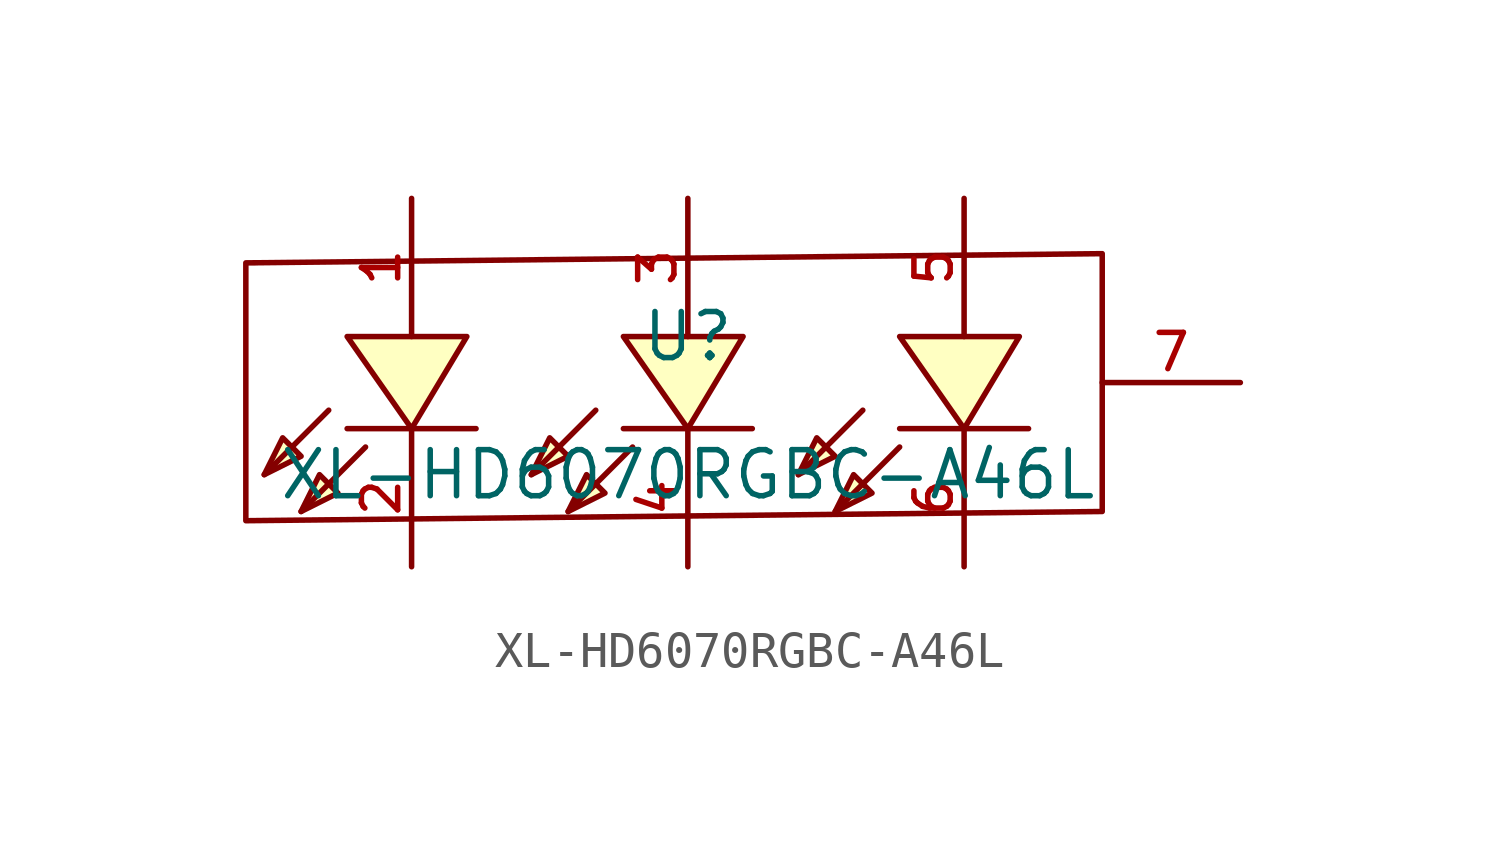
<source format=kicad_sym>
(kicad_symbol_lib
  (version 20210201)
  (generator TousstNicolas/JLC2KiCad_lib)
  (symbol "XL-HD6070RGBC-A46L"
    (pin_names hide)
    (property "Reference" "U"
      (at 0 1.27 0)
      (effects (font (size 1.27 1.27))))
    (property "Value" "XL-HD6070RGBC-A46L"
      (at 0 -2.54 0)
      (effects (font (size 1.27 1.27))))
    (symbol "XL-HD6070RGBC-A46L_0_1"
      (polyline (pts (xy -8.89 -1.778) (xy -10.668 -3.556)) (stroke (width 0) (type default) (color 0 0 0 0)) (fill (type none)))
      (polyline (pts (xy -9.906 -0.762) (xy -11.684 -2.54)) (stroke (width 0) (type default) (color 0 0 0 0)) (fill (type none)))
      (polyline (pts (xy -10.668 -3.556) (xy -10.16 -2.54) (xy -9.652 -3.048) (xy -10.668 -3.556)) (stroke (width 0) (type default) (color 0 0 0 0)) (fill (type background)))
      (polyline (pts (xy -11.684 -2.54) (xy -11.176 -1.524) (xy -10.668 -2.032) (xy -11.684 -2.54)) (stroke (width 0) (type default) (color 0 0 0 0)) (fill (type background)))
      (pin unspecified line (at -7.62 5.08 270) (length 3.81) (name "1" (effects (font (size 1 1)))) (number "1" (effects (font (size 1 1)))))
      (pin unspecified line (at -7.62 -5.08 90) (length 3.81) (name "2" (effects (font (size 1 1)))) (number "2" (effects (font (size 1 1)))))
      (polyline (pts (xy -6.096 1.27) (xy -7.62 -1.27) (xy -9.398 1.27) (xy -6.096 1.27)) (stroke (width 0) (type default) (color 0 0 0 0)) (fill (type background)))
      (polyline (pts (xy -5.842 -1.27) (xy -9.398 -1.27)) (stroke (width 0) (type default) (color 0 0 0 0)) (fill (type none)))
      (polyline (pts (xy 1.778 -1.27) (xy -1.778 -1.27)) (stroke (width 0) (type default) (color 0 0 0 0)) (fill (type none)))
      (polyline (pts (xy 1.524 1.27) (xy 0.0 -1.27) (xy -1.778 1.27) (xy 1.524 1.27)) (stroke (width 0) (type default) (color 0 0 0 0)) (fill (type background)))
      (pin unspecified line (at 0.0 -5.08 90) (length 3.81) (name "4" (effects (font (size 1 1)))) (number "4" (effects (font (size 1 1)))))
      (pin unspecified line (at 0.0 5.08 270) (length 3.81) (name "3" (effects (font (size 1 1)))) (number "3" (effects (font (size 1 1)))))
      (polyline (pts (xy -4.318 -2.54) (xy -3.81 -1.524) (xy -3.302 -2.032) (xy -4.318 -2.54)) (stroke (width 0) (type default) (color 0 0 0 0)) (fill (type background)))
      (polyline (pts (xy -3.302 -3.556) (xy -2.794 -2.54) (xy -2.286 -3.048) (xy -3.302 -3.556)) (stroke (width 0) (type default) (color 0 0 0 0)) (fill (type background)))
      (polyline (pts (xy -2.54 -0.762) (xy -4.318 -2.54)) (stroke (width 0) (type default) (color 0 0 0 0)) (fill (type none)))
      (polyline (pts (xy -1.524 -1.778) (xy -3.302 -3.556)) (stroke (width 0) (type default) (color 0 0 0 0)) (fill (type none)))
      (polyline (pts (xy 9.398 -1.27) (xy 5.842 -1.27)) (stroke (width 0) (type default) (color 0 0 0 0)) (fill (type none)))
      (polyline (pts (xy 9.144 1.27) (xy 7.62 -1.27) (xy 5.842 1.27) (xy 9.144 1.27)) (stroke (width 0) (type default) (color 0 0 0 0)) (fill (type background)))
      (pin unspecified line (at 7.62 -5.08 90) (length 3.81) (name "6" (effects (font (size 1 1)))) (number "6" (effects (font (size 1 1)))))
      (pin unspecified line (at 7.62 5.08 270) (length 3.81) (name "5" (effects (font (size 1 1)))) (number "5" (effects (font (size 1 1)))))
      (polyline (pts (xy 3.048 -2.54) (xy 3.556 -1.524) (xy 4.064 -2.032) (xy 3.048 -2.54)) (stroke (width 0) (type default) (color 0 0 0 0)) (fill (type background)))
      (polyline (pts (xy 4.064 -3.556) (xy 4.572 -2.54) (xy 5.08 -3.048) (xy 4.064 -3.556)) (stroke (width 0) (type default) (color 0 0 0 0)) (fill (type background)))
      (polyline (pts (xy 4.826 -0.762) (xy 3.048 -2.54)) (stroke (width 0) (type default) (color 0 0 0 0)) (fill (type none)))
      (polyline (pts (xy 5.842 -1.778) (xy 4.064 -3.556)) (stroke (width 0) (type default) (color 0 0 0 0)) (fill (type none)))
      (polyline (pts (xy -12.192 3.302) (xy 11.43 3.556) (xy 11.43 -3.556) (xy -12.192 -3.81) (xy -12.192 3.302) (xy -11.938 3.302)) (stroke (width 0) (type default) (color 0 0 0 0)) (fill (type none)))
      (pin unspecified line (at 15.24 -0.0 180) (length 3.81) (name "7" (effects (font (size 1 1)))) (number "7" (effects (font (size 1 1))))))))
</source>
